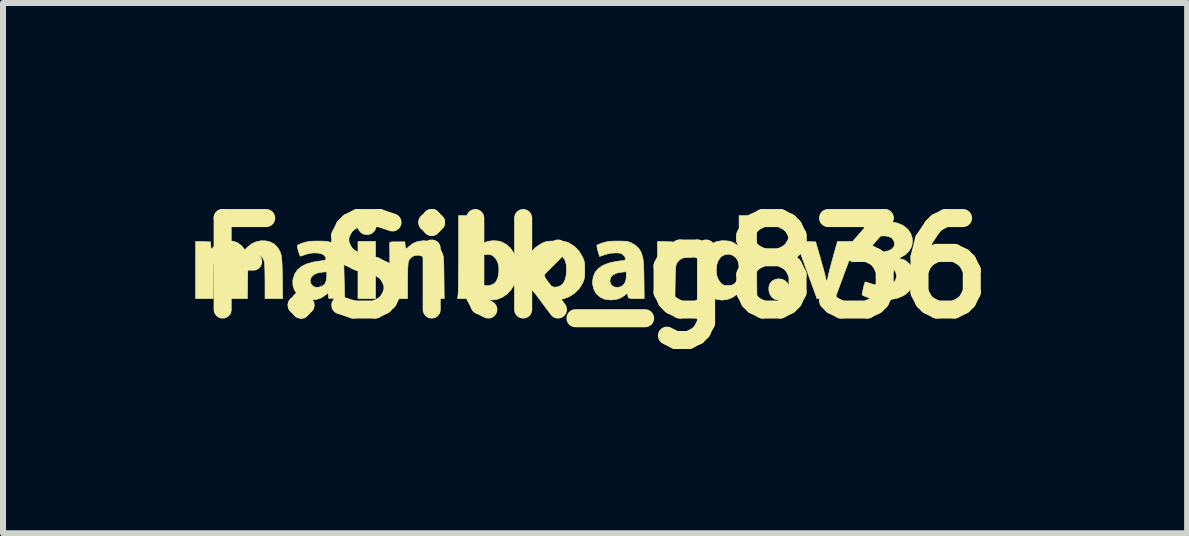
<source format=kicad_pcb>
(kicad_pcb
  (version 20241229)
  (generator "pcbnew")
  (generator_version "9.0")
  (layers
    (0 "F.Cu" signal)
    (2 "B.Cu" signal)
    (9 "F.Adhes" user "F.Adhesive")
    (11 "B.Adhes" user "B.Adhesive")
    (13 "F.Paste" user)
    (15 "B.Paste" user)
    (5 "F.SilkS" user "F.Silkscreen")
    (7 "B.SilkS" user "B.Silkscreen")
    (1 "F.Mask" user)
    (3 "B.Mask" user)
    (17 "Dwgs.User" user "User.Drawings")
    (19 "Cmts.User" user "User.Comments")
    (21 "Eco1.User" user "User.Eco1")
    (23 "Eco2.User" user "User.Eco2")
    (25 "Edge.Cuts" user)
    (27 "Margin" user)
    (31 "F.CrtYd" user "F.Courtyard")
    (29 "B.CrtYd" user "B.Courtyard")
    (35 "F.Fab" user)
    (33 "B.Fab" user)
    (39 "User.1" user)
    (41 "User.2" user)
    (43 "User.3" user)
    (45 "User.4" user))
  (footprint "F.Silk_g836"
    (layer "F.Cu")
    (at 6.865 1.418)
    (property "Reference" "F.Silk_g836" (at 0 0 0) (layer "F.SilkS") (effects (font (size 1.524 1.524) (thickness 0.3))))
    (attr through_hole)
    (fp_poly (pts (xy -3.658 0.508) (xy -3.95 0.508) (xy -3.95 -0.445) (xy -3.658 -0.445) (xy -3.658 0.508)) (stroke (width 0.01) (type solid)) (fill yes) (layer "F.SilkS"))
    (fp_poly (pts (xy -3.73 -0.837) (xy -3.687 -0.806) (xy -3.67 -0.785) (xy -3.649 -0.73) (xy -3.65 -0.677) (xy -3.669 -0.629) (xy -3.703 -0.591) (xy -3.749 -0.566) (xy -3.804 -0.557) (xy -3.863 -0.569) (xy -3.867 -0.571) (xy -3.905 -0.597) (xy -3.937 -0.636) (xy -3.954 -0.674) (xy -3.956 -0.708) (xy -3.95 -0.749) (xy -3.949 -0.754) (xy -3.924 -0.8) (xy -3.884 -0.832) (xy -3.834 -0.849) (xy -3.781 -0.851) (xy -3.73 -0.837)) (stroke (width 0.01) (type solid)) (fill yes) (layer "F.SilkS"))
    (fp_poly (pts (xy 3.119 0.186) (xy 3.17 0.212) (xy 3.21 0.253) (xy 3.222 0.276) (xy 3.237 0.34) (xy 3.23 0.4) (xy 3.206 0.452) (xy 3.167 0.494) (xy 3.117 0.521) (xy 3.059 0.53) (xy 2.997 0.518) (xy 2.988 0.515) (xy 2.945 0.483) (xy 2.914 0.435) (xy 2.897 0.378) (xy 2.896 0.318) (xy 2.912 0.263) (xy 2.916 0.255) (xy 2.955 0.211) (xy 3.006 0.186) (xy 3.062 0.178) (xy 3.119 0.186)) (stroke (width 0.01) (type solid)) (fill yes) (layer "F.SilkS"))
    (fp_poly (pts (xy 1.626 -0.322) (xy 1.626 -0.184) (xy 1.552 -0.184) (xy 1.476 -0.174) (xy 1.415 -0.145) (xy 1.37 -0.096) (xy 1.366 -0.088) (xy 1.357 -0.072) (xy 1.35 -0.053) (xy 1.346 -0.027) (xy 1.342 0.008) (xy 1.339 0.057) (xy 1.337 0.123) (xy 1.336 0.21) (xy 1.335 0.232) (xy 1.331 0.508) (xy 1.041 0.508) (xy 1.041 -0.445) (xy 1.289 -0.438) (xy 1.302 -0.26) (xy 1.333 -0.317) (xy 1.384 -0.383) (xy 1.449 -0.428) (xy 1.526 -0.452) (xy 1.549 -0.455) (xy 1.626 -0.46) (xy 1.626 -0.322)) (stroke (width 0.01) (type solid)) (fill yes) (layer "F.SilkS"))
    (fp_poly (pts (xy 4.251 -0.444) (xy 4.299 -0.442) (xy 4.331 -0.439) (xy 4.344 -0.435) (xy 4.344 -0.435) (xy 4.339 -0.421) (xy 4.327 -0.387) (xy 4.308 -0.333) (xy 4.283 -0.264) (xy 4.252 -0.181) (xy 4.218 -0.088) (xy 4.18 0.014) (xy 4.17 0.041) (xy 3.997 0.508) (xy 3.698 0.508) (xy 3.686 0.473) (xy 3.674 0.441) (xy 3.656 0.392) (xy 3.633 0.327) (xy 3.605 0.251) (xy 3.574 0.167) (xy 3.542 0.077) (xy 3.508 -0.014) (xy 3.476 -0.103) (xy 3.445 -0.188) (xy 3.417 -0.264) (xy 3.393 -0.329) (xy 3.375 -0.379) (xy 3.363 -0.412) (xy 3.359 -0.423) (xy 3.357 -0.432) (xy 3.362 -0.438) (xy 3.378 -0.442) (xy 3.409 -0.443) (xy 3.459 -0.443) (xy 3.513 -0.442) (xy 3.676 -0.438) (xy 3.755 -0.165) (xy 3.778 -0.082) (xy 3.8 -0.005) (xy 3.818 0.063) (xy 3.833 0.118) (xy 3.841 0.154) (xy 3.842 0.162) (xy 3.849 0.195) (xy 3.857 0.214) (xy 3.86 0.216) (xy 3.866 0.205) (xy 3.876 0.175) (xy 3.884 0.137) (xy 3.894 0.092) (xy 3.91 0.028) (xy 3.931 -0.053) (xy 3.956 -0.145) (xy 3.983 -0.244) (xy 4.012 -0.347) (xy 4.021 -0.378) (xy 4.04 -0.445) (xy 4.192 -0.445) (xy 4.251 -0.444)) (stroke (width 0.01) (type solid)) (fill yes) (layer "F.SilkS"))
    (fp_poly (pts (xy -2.759 -0.447) (xy -2.682 -0.417) (xy -2.618 -0.365) (xy -2.566 -0.292) (xy -2.55 -0.26) (xy -2.542 -0.24) (xy -2.535 -0.221) (xy -2.529 -0.197) (xy -2.526 -0.168) (xy -2.523 -0.128) (xy -2.521 -0.075) (xy -2.519 -0.005) (xy -2.518 0.084) (xy -2.517 0.156) (xy -2.513 0.508) (xy -2.807 0.508) (xy -2.807 0.225) (xy -2.807 0.134) (xy -2.809 0.051) (xy -2.812 -0.018) (xy -2.816 -0.071) (xy -2.82 -0.104) (xy -2.821 -0.106) (xy -2.845 -0.163) (xy -2.882 -0.199) (xy -2.933 -0.215) (xy -2.958 -0.216) (xy -3.021 -0.205) (xy -3.071 -0.174) (xy -3.104 -0.125) (xy -3.111 -0.104) (xy -3.115 -0.078) (xy -3.118 -0.03) (xy -3.121 0.033) (xy -3.123 0.109) (xy -3.124 0.193) (xy -3.124 0.225) (xy -3.124 0.508) (xy -3.416 0.508) (xy -3.419 0.064) (xy -3.419 -0.041) (xy -3.42 -0.139) (xy -3.42 -0.227) (xy -3.421 -0.3) (xy -3.421 -0.358) (xy -3.422 -0.396) (xy -3.422 -0.41) (xy -3.421 -0.423) (xy -3.415 -0.431) (xy -3.398 -0.436) (xy -3.367 -0.438) (xy -3.317 -0.438) (xy -3.296 -0.438) (xy -3.169 -0.438) (xy -3.165 -0.394) (xy -3.16 -0.349) (xy -3.152 -0.329) (xy -3.137 -0.329) (xy -3.111 -0.35) (xy -3.102 -0.359) (xy -3.033 -0.413) (xy -2.956 -0.444) (xy -2.867 -0.456) (xy -2.851 -0.457) (xy -2.759 -0.447)) (stroke (width 0.01) (type solid)) (fill yes) (layer "F.SilkS"))
    (fp_poly (pts (xy -1.981 -0.325) (xy -1.94 -0.365) (xy -1.872 -0.414) (xy -1.79 -0.445) (xy -1.701 -0.458) (xy -1.61 -0.451) (xy -1.559 -0.437) (xy -1.48 -0.397) (xy -1.413 -0.338) (xy -1.36 -0.261) (xy -1.323 -0.17) (xy -1.301 -0.068) (xy -1.297 0.042) (xy -1.311 0.159) (xy -1.315 0.179) (xy -1.349 0.277) (xy -1.401 0.362) (xy -1.467 0.432) (xy -1.545 0.485) (xy -1.632 0.52) (xy -1.725 0.532) (xy -1.82 0.522) (xy -1.822 0.522) (xy -1.903 0.489) (xy -1.971 0.435) (xy -1.979 0.426) (xy -2.018 0.381) (xy -2.027 0.445) (xy -2.035 0.508) (xy -2.29 0.508) (xy -2.281 0.43) (xy -2.28 0.402) (xy -2.278 0.351) (xy -2.277 0.28) (xy -2.276 0.193) (xy -2.275 0.092) (xy -2.274 0.04) (xy -1.981 0.04) (xy -1.978 0.102) (xy -1.972 0.154) (xy -1.964 0.181) (xy -1.927 0.238) (xy -1.877 0.276) (xy -1.818 0.294) (xy -1.754 0.291) (xy -1.691 0.264) (xy -1.686 0.261) (xy -1.646 0.22) (xy -1.619 0.157) (xy -1.604 0.074) (xy -1.602 0.053) (xy -1.605 -0.036) (xy -1.624 -0.108) (xy -1.661 -0.167) (xy -1.684 -0.19) (xy -1.716 -0.214) (xy -1.747 -0.225) (xy -1.789 -0.229) (xy -1.797 -0.229) (xy -1.843 -0.226) (xy -1.877 -0.215) (xy -1.906 -0.194) (xy -1.937 -0.161) (xy -1.961 -0.124) (xy -1.964 -0.118) (xy -1.974 -0.079) (xy -1.979 -0.023) (xy -1.981 0.04) (xy -2.274 0.04) (xy -2.274 -0.021) (xy -2.273 -0.141) (xy -2.273 -0.262) (xy -2.273 -0.876) (xy -1.981 -0.876) (xy -1.981 -0.325)) (stroke (width 0.01) (type solid)) (fill yes) (layer "F.SilkS"))
    (fp_poly (pts (xy 2.693 -0.213) (xy 2.693 -0.084) (xy 2.693 0.037) (xy 2.694 0.148) (xy 2.695 0.248) (xy 2.696 0.333) (xy 2.697 0.401) (xy 2.698 0.449) (xy 2.7 0.476) (xy 2.7 0.479) (xy 2.703 0.492) (xy 2.7 0.5) (xy 2.686 0.505) (xy 2.658 0.507) (xy 2.611 0.508) (xy 2.574 0.508) (xy 2.439 0.508) (xy 2.422 0.381) (xy 2.362 0.437) (xy 2.287 0.491) (xy 2.201 0.523) (xy 2.11 0.532) (xy 2.017 0.517) (xy 2.011 0.515) (xy 1.925 0.475) (xy 1.851 0.415) (xy 1.792 0.336) (xy 1.749 0.241) (xy 1.723 0.133) (xy 1.719 0.093) (xy 1.719 0.035) (xy 2.02 0.035) (xy 2.028 0.122) (xy 2.055 0.194) (xy 2.099 0.251) (xy 2.109 0.259) (xy 2.136 0.279) (xy 2.161 0.289) (xy 2.194 0.291) (xy 2.227 0.289) (xy 2.273 0.284) (xy 2.303 0.274) (xy 2.327 0.256) (xy 2.338 0.244) (xy 2.371 0.195) (xy 2.391 0.133) (xy 2.4 0.055) (xy 2.4 0.025) (xy 2.396 -0.053) (xy 2.383 -0.113) (xy 2.358 -0.16) (xy 2.341 -0.18) (xy 2.289 -0.217) (xy 2.23 -0.233) (xy 2.17 -0.228) (xy 2.115 -0.201) (xy 2.092 -0.181) (xy 2.051 -0.123) (xy 2.027 -0.052) (xy 2.02 0.035) (xy 1.719 0.035) (xy 1.719 -0.027) (xy 1.741 -0.139) (xy 1.783 -0.239) (xy 1.845 -0.325) (xy 1.873 -0.353) (xy 1.948 -0.41) (xy 2.028 -0.443) (xy 2.117 -0.457) (xy 2.139 -0.457) (xy 2.223 -0.452) (xy 2.289 -0.434) (xy 2.343 -0.402) (xy 2.356 -0.392) (xy 2.4 -0.353) (xy 2.4 -0.876) (xy 2.692 -0.876) (xy 2.693 -0.213)) (stroke (width 0.01) (type solid)) (fill yes) (layer "F.SilkS"))
    (fp_poly (pts (xy -0.587 -0.45) (xy -0.539 -0.448) (xy -0.502 -0.443) (xy -0.472 -0.435) (xy -0.44 -0.422) (xy -0.43 -0.417) (xy -0.342 -0.362) (xy -0.269 -0.287) (xy -0.212 -0.193) (xy -0.212 -0.192) (xy -0.194 -0.153) (xy -0.182 -0.12) (xy -0.176 -0.085) (xy -0.173 -0.042) (xy -0.172 0.017) (xy -0.172 0.032) (xy -0.172 0.096) (xy -0.175 0.142) (xy -0.181 0.178) (xy -0.191 0.211) (xy -0.207 0.248) (xy -0.207 0.249) (xy -0.262 0.339) (xy -0.335 0.413) (xy -0.422 0.471) (xy -0.52 0.51) (xy -0.626 0.53) (xy -0.735 0.528) (xy -0.812 0.513) (xy -0.914 0.474) (xy -1 0.414) (xy -1.071 0.334) (xy -1.116 0.256) (xy -1.131 0.221) (xy -1.14 0.19) (xy -1.146 0.155) (xy -1.149 0.109) (xy -1.149 0.044) (xy -1.149 0.038) (xy -1.149 0.017) (xy -0.849 0.017) (xy -0.847 0.094) (xy -0.834 0.166) (xy -0.809 0.228) (xy -0.79 0.256) (xy -0.74 0.298) (xy -0.682 0.317) (xy -0.621 0.312) (xy -0.574 0.292) (xy -0.529 0.252) (xy -0.499 0.194) (xy -0.481 0.118) (xy -0.476 0.031) (xy -0.477 -0.029) (xy -0.482 -0.072) (xy -0.491 -0.107) (xy -0.506 -0.141) (xy -0.508 -0.145) (xy -0.548 -0.201) (xy -0.599 -0.237) (xy -0.656 -0.251) (xy -0.716 -0.243) (xy -0.756 -0.223) (xy -0.794 -0.184) (xy -0.822 -0.128) (xy -0.841 -0.058) (xy -0.849 0.017) (xy -1.149 0.017) (xy -1.149 -0.027) (xy -1.146 -0.075) (xy -1.141 -0.111) (xy -1.132 -0.143) (xy -1.117 -0.178) (xy -1.113 -0.187) (xy -1.06 -0.272) (xy -0.988 -0.347) (xy -0.902 -0.405) (xy -0.879 -0.417) (xy -0.845 -0.432) (xy -0.815 -0.441) (xy -0.781 -0.447) (xy -0.737 -0.45) (xy -0.676 -0.451) (xy -0.654 -0.451) (xy -0.587 -0.45)) (stroke (width 0.01) (type solid)) (fill yes) (layer "F.SilkS"))
    (fp_poly (pts (xy -6.025 -0.448) (xy -5.955 -0.422) (xy -5.895 -0.376) (xy -5.878 -0.358) (xy -5.834 -0.305) (xy -5.79 -0.351) (xy -5.726 -0.403) (xy -5.652 -0.438) (xy -5.572 -0.455) (xy -5.492 -0.455) (xy -5.417 -0.438) (xy -5.35 -0.404) (xy -5.297 -0.353) (xy -5.292 -0.346) (xy -5.27 -0.314) (xy -5.253 -0.283) (xy -5.24 -0.251) (xy -5.23 -0.215) (xy -5.223 -0.169) (xy -5.218 -0.112) (xy -5.214 -0.04) (xy -5.212 0.051) (xy -5.21 0.162) (xy -5.205 0.508) (xy -5.499 0.508) (xy -5.499 0.219) (xy -5.5 0.133) (xy -5.501 0.054) (xy -5.503 -0.016) (xy -5.506 -0.07) (xy -5.51 -0.105) (xy -5.511 -0.113) (xy -5.538 -0.17) (xy -5.577 -0.207) (xy -5.625 -0.223) (xy -5.679 -0.216) (xy -5.696 -0.209) (xy -5.722 -0.195) (xy -5.742 -0.18) (xy -5.757 -0.16) (xy -5.769 -0.132) (xy -5.777 -0.093) (xy -5.782 -0.04) (xy -5.786 0.03) (xy -5.788 0.12) (xy -5.789 0.2) (xy -5.793 0.508) (xy -6.071 0.508) (xy -6.071 0.232) (xy -6.072 0.125) (xy -6.073 0.04) (xy -6.077 -0.027) (xy -6.082 -0.078) (xy -6.09 -0.116) (xy -6.1 -0.146) (xy -6.114 -0.17) (xy -6.119 -0.177) (xy -6.157 -0.21) (xy -6.204 -0.223) (xy -6.252 -0.216) (xy -6.296 -0.191) (xy -6.332 -0.148) (xy -6.339 -0.134) (xy -6.346 -0.115) (xy -6.352 -0.092) (xy -6.356 -0.063) (xy -6.359 -0.023) (xy -6.361 0.03) (xy -6.362 0.101) (xy -6.362 0.194) (xy -6.362 0.213) (xy -6.363 0.508) (xy -6.655 0.508) (xy -6.655 -0.445) (xy -6.407 -0.438) (xy -6.403 -0.378) (xy -6.4 -0.343) (xy -6.395 -0.321) (xy -6.393 -0.318) (xy -6.381 -0.326) (xy -6.361 -0.348) (xy -6.355 -0.355) (xy -6.299 -0.403) (xy -6.227 -0.437) (xy -6.146 -0.455) (xy -6.109 -0.457) (xy -6.025 -0.448)) (stroke (width 0.01) (type solid)) (fill yes) (layer "F.SilkS"))
    (fp_poly (pts (xy 0.451 -0.45) (xy 0.501 -0.448) (xy 0.539 -0.443) (xy 0.569 -0.435) (xy 0.599 -0.423) (xy 0.603 -0.422) (xy 0.678 -0.378) (xy 0.734 -0.322) (xy 0.773 -0.252) (xy 0.798 -0.163) (xy 0.799 -0.158) (xy 0.803 -0.124) (xy 0.807 -0.068) (xy 0.811 0.003) (xy 0.814 0.085) (xy 0.815 0.173) (xy 0.816 0.213) (xy 0.819 0.508) (xy 0.69 0.508) (xy 0.628 0.507) (xy 0.587 0.504) (xy 0.562 0.496) (xy 0.55 0.481) (xy 0.546 0.458) (xy 0.546 0.443) (xy 0.544 0.425) (xy 0.534 0.422) (xy 0.513 0.435) (xy 0.488 0.457) (xy 0.423 0.498) (xy 0.344 0.523) (xy 0.258 0.53) (xy 0.171 0.519) (xy 0.151 0.514) (xy 0.08 0.479) (xy 0.022 0.426) (xy -0.018 0.357) (xy -0.039 0.277) (xy -0.042 0.233) (xy -0.04 0.214) (xy 0.247 0.214) (xy 0.257 0.258) (xy 0.284 0.293) (xy 0.324 0.315) (xy 0.372 0.322) (xy 0.424 0.311) (xy 0.455 0.295) (xy 0.493 0.255) (xy 0.515 0.197) (xy 0.521 0.132) (xy 0.521 0.06) (xy 0.446 0.067) (xy 0.364 0.081) (xy 0.303 0.109) (xy 0.265 0.148) (xy 0.258 0.163) (xy 0.247 0.214) (xy -0.04 0.214) (xy -0.03 0.144) (xy 0.003 0.067) (xy 0.057 0.004) (xy 0.134 -0.047) (xy 0.232 -0.086) (xy 0.352 -0.112) (xy 0.422 -0.121) (xy 0.468 -0.126) (xy 0.494 -0.132) (xy 0.505 -0.141) (xy 0.508 -0.156) (xy 0.508 -0.159) (xy 0.498 -0.188) (xy 0.471 -0.219) (xy 0.469 -0.221) (xy 0.445 -0.239) (xy 0.42 -0.249) (xy 0.385 -0.253) (xy 0.336 -0.254) (xy 0.248 -0.248) (xy 0.166 -0.226) (xy 0.159 -0.224) (xy 0.076 -0.194) (xy 0.05 -0.281) (xy 0.038 -0.326) (xy 0.032 -0.361) (xy 0.031 -0.38) (xy 0.032 -0.381) (xy 0.047 -0.391) (xy 0.08 -0.404) (xy 0.124 -0.42) (xy 0.131 -0.422) (xy 0.178 -0.435) (xy 0.224 -0.444) (xy 0.277 -0.449) (xy 0.345 -0.451) (xy 0.381 -0.451) (xy 0.451 -0.45)) (stroke (width 0.01) (type solid)) (fill yes) (layer "F.SilkS"))
    (fp_poly (pts (xy 4.936 -0.771) (xy 5.038 -0.751) (xy 5.127 -0.714) (xy 5.198 -0.661) (xy 5.212 -0.647) (xy 5.26 -0.576) (xy 5.285 -0.501) (xy 5.288 -0.424) (xy 5.27 -0.35) (xy 5.231 -0.283) (xy 5.172 -0.226) (xy 5.112 -0.19) (xy 5.062 -0.167) (xy 5.097 -0.153) (xy 5.126 -0.143) (xy 5.142 -0.14) (xy 5.165 -0.131) (xy 5.198 -0.107) (xy 5.234 -0.075) (xy 5.266 -0.04) (xy 5.289 -0.008) (xy 5.322 0.071) (xy 5.331 0.153) (xy 5.319 0.235) (xy 5.286 0.314) (xy 5.233 0.384) (xy 5.163 0.443) (xy 5.133 0.461) (xy 5.042 0.499) (xy 4.936 0.522) (xy 4.821 0.531) (xy 4.703 0.525) (xy 4.665 0.519) (xy 4.619 0.509) (xy 4.568 0.495) (xy 4.519 0.478) (xy 4.479 0.462) (xy 4.455 0.448) (xy 4.451 0.444) (xy 4.451 0.428) (xy 4.457 0.396) (xy 4.466 0.355) (xy 4.476 0.31) (xy 4.487 0.269) (xy 4.497 0.24) (xy 4.503 0.229) (xy 4.503 0.229) (xy 4.517 0.232) (xy 4.548 0.242) (xy 4.591 0.257) (xy 4.604 0.261) (xy 4.698 0.285) (xy 4.785 0.294) (xy 4.863 0.289) (xy 4.928 0.269) (xy 4.978 0.237) (xy 5.011 0.192) (xy 5.023 0.136) (xy 5.023 0.133) (xy 5.012 0.071) (xy 4.981 0.022) (xy 4.928 -0.014) (xy 4.853 -0.038) (xy 4.759 -0.049) (xy 4.648 -0.054) (xy 4.648 -0.267) (xy 4.747 -0.267) (xy 4.832 -0.274) (xy 4.9 -0.293) (xy 4.951 -0.323) (xy 4.982 -0.362) (xy 4.991 -0.409) (xy 4.977 -0.461) (xy 4.946 -0.501) (xy 4.896 -0.527) (xy 4.831 -0.538) (xy 4.753 -0.535) (xy 4.666 -0.517) (xy 4.572 -0.484) (xy 4.558 -0.477) (xy 4.546 -0.477) (xy 4.536 -0.489) (xy 4.525 -0.518) (xy 4.51 -0.568) (xy 4.51 -0.568) (xy 4.498 -0.616) (xy 4.488 -0.654) (xy 4.483 -0.675) (xy 4.483 -0.678) (xy 4.495 -0.69) (xy 4.526 -0.705) (xy 4.572 -0.722) (xy 4.627 -0.739) (xy 4.687 -0.754) (xy 4.702 -0.757) (xy 4.823 -0.773) (xy 4.936 -0.771)) (stroke (width 0.01) (type solid)) (fill yes) (layer "F.SilkS"))
    (fp_poly (pts (xy -4.541 -0.45) (xy -4.49 -0.448) (xy -4.453 -0.443) (xy -4.421 -0.435) (xy -4.39 -0.423) (xy -4.384 -0.42) (xy -4.336 -0.393) (xy -4.291 -0.357) (xy -4.274 -0.34) (xy -4.246 -0.304) (xy -4.224 -0.268) (xy -4.208 -0.227) (xy -4.197 -0.177) (xy -4.19 -0.114) (xy -4.185 -0.034) (xy -4.183 0.057) (xy -4.181 0.141) (xy -4.179 0.225) (xy -4.177 0.302) (xy -4.176 0.366) (xy -4.175 0.397) (xy -4.172 0.509) (xy -4.439 0.502) (xy -4.443 0.46) (xy -4.447 0.432) (xy -4.453 0.419) (xy -4.454 0.419) (xy -4.467 0.427) (xy -4.491 0.446) (xy -4.503 0.457) (xy -4.569 0.498) (xy -4.648 0.523) (xy -4.735 0.53) (xy -4.823 0.518) (xy -4.842 0.513) (xy -4.913 0.479) (xy -4.97 0.426) (xy -5.011 0.36) (xy -5.034 0.284) (xy -5.036 0.204) (xy -5.035 0.204) (xy -4.746 0.204) (xy -4.745 0.231) (xy -4.733 0.261) (xy -4.702 0.299) (xy -4.658 0.319) (xy -4.603 0.318) (xy -4.542 0.296) (xy -4.536 0.293) (xy -4.501 0.261) (xy -4.479 0.209) (xy -4.47 0.14) (xy -4.47 0.132) (xy -4.47 0.06) (xy -4.546 0.067) (xy -4.627 0.081) (xy -4.685 0.107) (xy -4.724 0.145) (xy -4.736 0.169) (xy -4.746 0.204) (xy -5.035 0.204) (xy -5.032 0.18) (xy -5.004 0.097) (xy -4.958 0.029) (xy -4.894 -0.026) (xy -4.809 -0.069) (xy -4.703 -0.1) (xy -4.603 -0.116) (xy -4.547 -0.124) (xy -4.512 -0.13) (xy -4.493 -0.137) (xy -4.485 -0.147) (xy -4.483 -0.159) (xy -4.492 -0.186) (xy -4.514 -0.215) (xy -4.516 -0.217) (xy -4.555 -0.239) (xy -4.611 -0.251) (xy -4.677 -0.254) (xy -4.748 -0.248) (xy -4.816 -0.231) (xy -4.82 -0.229) (xy -4.861 -0.215) (xy -4.893 -0.204) (xy -4.907 -0.199) (xy -4.916 -0.209) (xy -4.927 -0.236) (xy -4.94 -0.274) (xy -4.951 -0.314) (xy -4.959 -0.35) (xy -4.961 -0.374) (xy -4.96 -0.377) (xy -4.946 -0.388) (xy -4.914 -0.403) (xy -4.87 -0.419) (xy -4.862 -0.422) (xy -4.814 -0.435) (xy -4.768 -0.444) (xy -4.715 -0.449) (xy -4.649 -0.451) (xy -4.61 -0.451) (xy -4.541 -0.45)) (stroke (width 0.01) (type solid)) (fill yes) (layer "F.SilkS")))
  (gr_rect
    (start -3 -3)
    (end 16.731 5.836)
    (stroke (width 0.1) (type default))
    (fill no)
    (layer "Edge.Cuts")))
</source>
